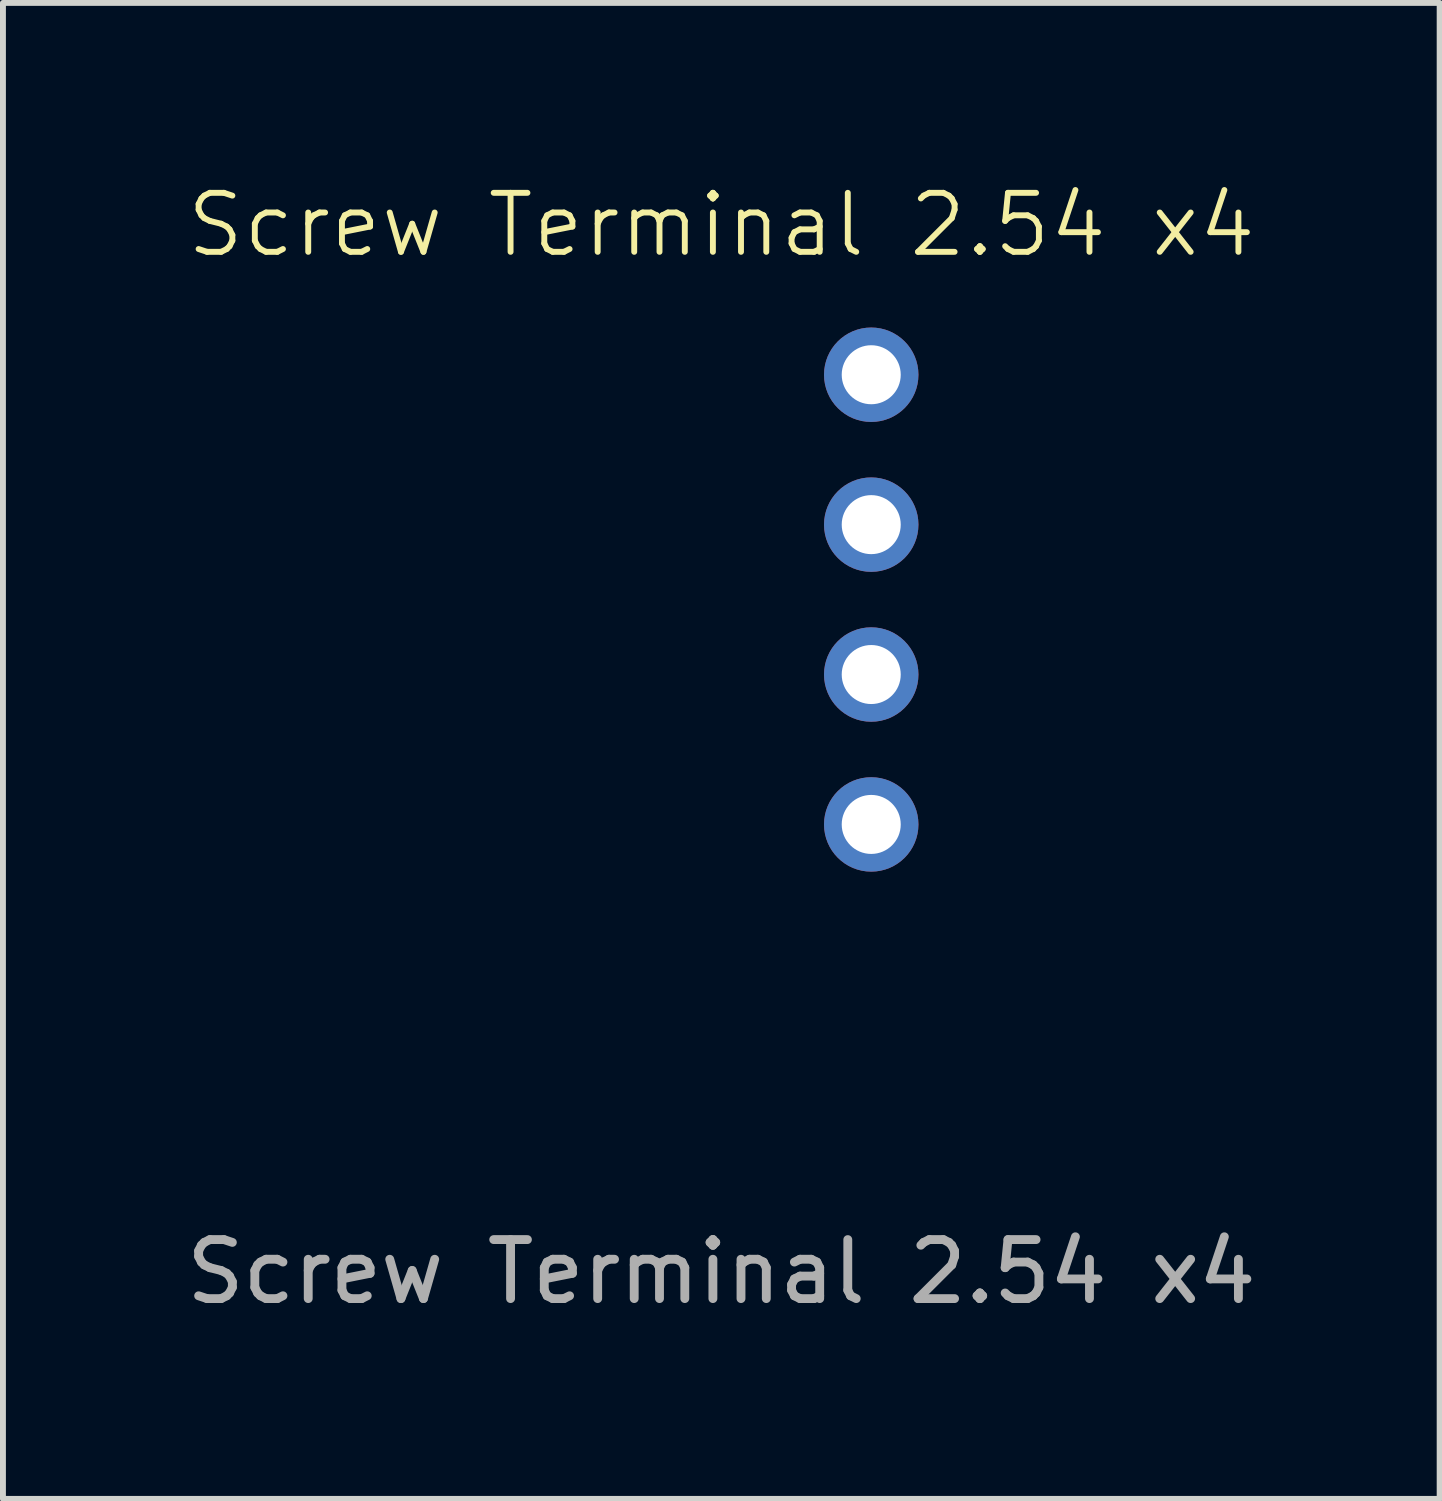
<source format=kicad_pcb>
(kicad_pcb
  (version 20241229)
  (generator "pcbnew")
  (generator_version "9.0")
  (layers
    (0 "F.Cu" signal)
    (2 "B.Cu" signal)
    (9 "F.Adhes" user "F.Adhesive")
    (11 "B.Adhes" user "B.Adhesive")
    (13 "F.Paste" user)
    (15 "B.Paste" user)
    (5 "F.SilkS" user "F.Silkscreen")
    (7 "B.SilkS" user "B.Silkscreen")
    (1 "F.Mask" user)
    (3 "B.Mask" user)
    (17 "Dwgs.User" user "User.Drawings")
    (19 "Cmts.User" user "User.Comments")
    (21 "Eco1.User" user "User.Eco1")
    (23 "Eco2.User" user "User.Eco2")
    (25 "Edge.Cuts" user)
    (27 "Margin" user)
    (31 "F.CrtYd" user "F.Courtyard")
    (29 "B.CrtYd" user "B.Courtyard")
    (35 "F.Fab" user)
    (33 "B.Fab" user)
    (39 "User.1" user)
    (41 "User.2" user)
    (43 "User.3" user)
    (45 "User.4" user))
  (footprint "Screw Terminal 2.54 x4"
    (layer "F.Cu")
    (at 9.173 16)
    (property "Reference" "Screw Terminal 2.54 x4" (at 0 -15.24 0) (unlocked yes) (layer "F.SilkS") (effects (font (size 1 1) (thickness 0.1))))
    (attr through_hole)
    (fp_text user "${REFERENCE}" (at 0 2.5 0) (unlocked yes) (layer "F.Fab") (effects (font (size 1 1) (thickness 0.15))))
    (pad "1" thru_hole circle (at 2.54 -12.7 270) (size 1.6 1.6) (drill 1) (layers "*.Cu" "*.Mask"))
    (pad "2" thru_hole circle (at 2.54 -10.16 270) (size 1.6 1.6) (drill 1) (layers "*.Cu" "*.Mask"))
    (pad "3" thru_hole circle (at 2.54 -7.62 270) (size 1.6 1.6) (drill 1) (layers "*.Cu" "*.Mask"))
    (pad "4" thru_hole circle (at 2.54 -5.08 270) (size 1.6 1.6) (drill 1) (layers "*.Cu" "*.Mask")))
  (gr_rect
    (start -3 -3)
    (end 21.345 22.349)
    (stroke (width 0.1) (type default))
    (fill no)
    (layer "Edge.Cuts")))
</source>
